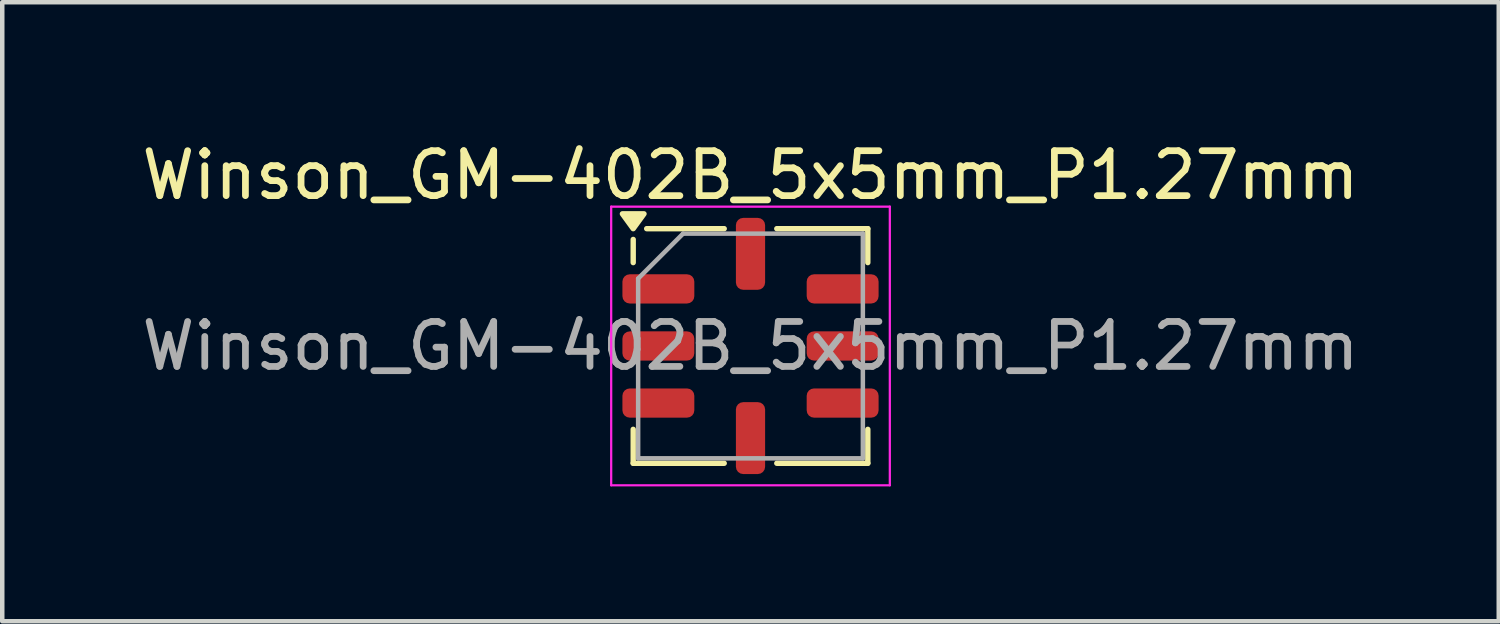
<source format=kicad_pcb>
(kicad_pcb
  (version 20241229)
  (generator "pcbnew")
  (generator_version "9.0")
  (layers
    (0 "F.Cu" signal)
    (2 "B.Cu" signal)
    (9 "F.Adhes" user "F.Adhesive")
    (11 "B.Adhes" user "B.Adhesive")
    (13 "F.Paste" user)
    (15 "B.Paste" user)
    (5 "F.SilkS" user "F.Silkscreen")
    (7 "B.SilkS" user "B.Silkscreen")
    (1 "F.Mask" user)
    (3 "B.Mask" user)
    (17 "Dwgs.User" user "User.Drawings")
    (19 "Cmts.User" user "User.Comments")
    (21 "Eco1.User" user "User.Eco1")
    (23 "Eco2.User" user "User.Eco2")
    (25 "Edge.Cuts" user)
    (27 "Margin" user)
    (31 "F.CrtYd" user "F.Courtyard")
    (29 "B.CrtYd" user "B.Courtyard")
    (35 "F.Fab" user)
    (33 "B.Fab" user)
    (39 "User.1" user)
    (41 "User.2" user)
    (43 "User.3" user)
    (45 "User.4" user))
  (footprint "Winson_GM-402B_5x5mm_P1.27mm"
    (layer "F.Cu")
    (at 13.649 4.648)
    (property "Reference" "Winson_GM-402B_5x5mm_P1.27mm" (at 0 -3.8 0) (layer "F.SilkS") (effects (font (size 1 1) (thickness 0.15))))
    (attr smd)
    (fp_line (start -2.61 -1.855) (end -2.61 -2.37) (stroke (width 0.12) (type solid)) (layer "F.SilkS"))
    (fp_line (start -2.61 2.61) (end -2.61 1.855) (stroke (width 0.12) (type solid)) (layer "F.SilkS"))
    (fp_line (start -0.585 -2.61) (end -2.31 -2.61) (stroke (width 0.12) (type solid)) (layer "F.SilkS"))
    (fp_line (start -0.585 2.61) (end -2.61 2.61) (stroke (width 0.12) (type solid)) (layer "F.SilkS"))
    (fp_line (start 0.585 -2.61) (end 2.61 -2.61) (stroke (width 0.12) (type solid)) (layer "F.SilkS"))
    (fp_line (start 0.585 2.61) (end 2.61 2.61) (stroke (width 0.12) (type solid)) (layer "F.SilkS"))
    (fp_line (start 2.61 -2.61) (end 2.61 -1.855) (stroke (width 0.12) (type solid)) (layer "F.SilkS"))
    (fp_line (start 2.61 2.61) (end 2.61 1.855) (stroke (width 0.12) (type solid)) (layer "F.SilkS"))
    (fp_poly (pts (xy -2.61 -2.61) (xy -2.85 -2.94) (xy -2.37 -2.94) (xy -2.61 -2.61)) (stroke (width 0.12) (type solid)) (fill yes) (layer "F.SilkS"))
    (fp_line (start -3.1 -3.1) (end -3.1 3.1) (stroke (width 0.05) (type solid)) (layer "F.CrtYd"))
    (fp_line (start -3.1 3.1) (end 3.1 3.1) (stroke (width 0.05) (type solid)) (layer "F.CrtYd"))
    (fp_line (start 3.1 -3.1) (end -3.1 -3.1) (stroke (width 0.05) (type solid)) (layer "F.CrtYd"))
    (fp_line (start 3.1 3.1) (end 3.1 -3.1) (stroke (width 0.05) (type solid)) (layer "F.CrtYd"))
    (fp_line (start -2.5 -1.5) (end -1.5 -2.5) (stroke (width 0.1) (type solid)) (layer "F.Fab"))
    (fp_line (start -2.5 2.5) (end -2.5 -1.5) (stroke (width 0.1) (type solid)) (layer "F.Fab"))
    (fp_line (start -1.5 -2.5) (end 2.5 -2.5) (stroke (width 0.1) (type solid)) (layer "F.Fab"))
    (fp_line (start 2.5 -2.5) (end 2.5 2.5) (stroke (width 0.1) (type solid)) (layer "F.Fab"))
    (fp_line (start 2.5 2.5) (end -2.5 2.5) (stroke (width 0.1) (type solid)) (layer "F.Fab"))
    (fp_text user "${REFERENCE}" (at 0 0 0) (layer "F.Fab") (effects (font (size 1 1) (thickness 0.15))))
    (pad "1" smd roundrect (at -2.05 -1.27) (size 1.6 0.65) (layers "F.Cu" "F.Mask" "F.Paste") (roundrect_rratio 0.25))
    (pad "2" smd roundrect (at -2.05 0) (size 1.6 0.65) (layers "F.Cu" "F.Mask" "F.Paste") (roundrect_rratio 0.25))
    (pad "3" smd roundrect (at -2.05 1.27) (size 1.6 0.65) (layers "F.Cu" "F.Mask" "F.Paste") (roundrect_rratio 0.25))
    (pad "4" smd roundrect (at 0 2.05) (size 0.65 1.6) (layers "F.Cu" "F.Mask" "F.Paste") (roundrect_rratio 0.25))
    (pad "5" smd roundrect (at 2.05 1.27) (size 1.6 0.65) (layers "F.Cu" "F.Mask" "F.Paste") (roundrect_rratio 0.25))
    (pad "6" smd roundrect (at 2.05 0) (size 1.6 0.65) (layers "F.Cu" "F.Mask" "F.Paste") (roundrect_rratio 0.25))
    (pad "7" smd roundrect (at 2.05 -1.27) (size 1.6 0.65) (layers "F.Cu" "F.Mask" "F.Paste") (roundrect_rratio 0.25))
    (pad "8" smd roundrect (at 0 -2.05) (size 0.65 1.6) (layers "F.Cu" "F.Mask" "F.Paste") (roundrect_rratio 0.25)))
  (gr_rect
    (start -3 -3)
    (end 30.298 10.773)
    (stroke (width 0.1) (type default))
    (fill no)
    (layer "Edge.Cuts")))
</source>
